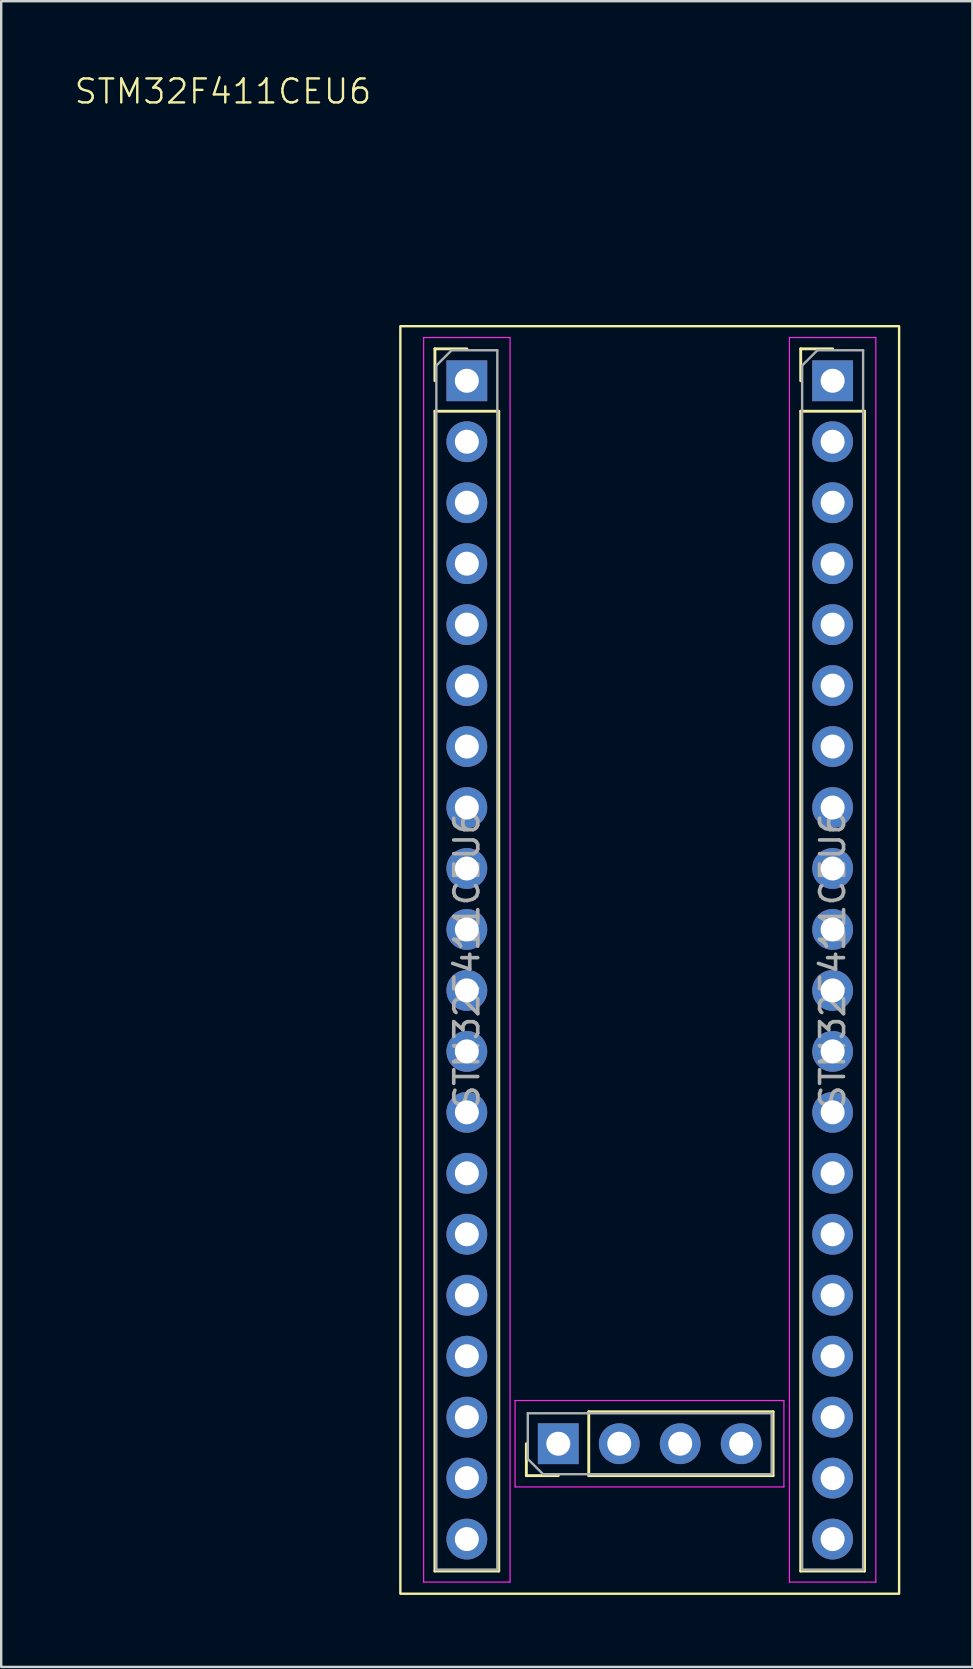
<source format=kicad_pcb>
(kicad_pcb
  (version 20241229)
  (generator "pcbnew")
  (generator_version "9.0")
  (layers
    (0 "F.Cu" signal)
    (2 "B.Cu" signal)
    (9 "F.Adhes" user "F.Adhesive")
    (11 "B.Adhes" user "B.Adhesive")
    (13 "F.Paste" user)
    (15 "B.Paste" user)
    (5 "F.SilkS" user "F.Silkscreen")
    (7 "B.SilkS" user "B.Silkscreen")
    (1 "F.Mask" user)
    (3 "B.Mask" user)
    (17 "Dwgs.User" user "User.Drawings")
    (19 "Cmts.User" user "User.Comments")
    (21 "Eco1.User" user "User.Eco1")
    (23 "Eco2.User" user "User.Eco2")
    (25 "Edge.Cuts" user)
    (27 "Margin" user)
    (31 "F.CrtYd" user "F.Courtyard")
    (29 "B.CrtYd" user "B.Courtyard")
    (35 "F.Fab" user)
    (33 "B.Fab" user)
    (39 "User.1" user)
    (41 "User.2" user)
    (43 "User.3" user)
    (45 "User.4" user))
  (footprint "STM32F411CEU6"
    (layer "F.Cu")
    (at 24.02 57.1)
    (property "Reference" "STM32F411CEU6" (at -17.78 -56.34 0) (unlocked yes) (layer "F.SilkS") (effects (font (size 1 1) (thickness 0.1))))
    (attr through_hole)
    (fp_line (start -8.95 -45.616) (end -7.62 -45.616) (stroke (width 0.12) (type solid)) (layer "F.SilkS"))
    (fp_line (start -8.95 -44.286) (end -8.95 -45.616) (stroke (width 0.12) (type solid)) (layer "F.SilkS"))
    (fp_line (start -8.95 -43.016) (end -8.95 5.304) (stroke (width 0.12) (type solid)) (layer "F.SilkS"))
    (fp_line (start -8.95 -43.016) (end -6.29 -43.016) (stroke (width 0.12) (type solid)) (layer "F.SilkS"))
    (fp_line (start -8.95 5.304) (end -6.29 5.304) (stroke (width 0.12) (type solid)) (layer "F.SilkS"))
    (fp_line (start -6.29 -43.016) (end -6.29 5.304) (stroke (width 0.12) (type solid)) (layer "F.SilkS"))
    (fp_line (start -5.14 1.33) (end -5.14 0) (stroke (width 0.12) (type solid)) (layer "F.SilkS"))
    (fp_line (start -3.81 1.33) (end -5.14 1.33) (stroke (width 0.12) (type solid)) (layer "F.SilkS"))
    (fp_line (start -2.54 -1.33) (end 5.14 -1.33) (stroke (width 0.12) (type solid)) (layer "F.SilkS"))
    (fp_line (start -2.54 1.33) (end -2.54 -1.33) (stroke (width 0.12) (type solid)) (layer "F.SilkS"))
    (fp_line (start -2.54 1.33) (end 5.14 1.33) (stroke (width 0.12) (type solid)) (layer "F.SilkS"))
    (fp_line (start 5.14 1.33) (end 5.14 -1.33) (stroke (width 0.12) (type solid)) (layer "F.SilkS"))
    (fp_line (start 6.29 -45.616) (end 7.62 -45.616) (stroke (width 0.12) (type solid)) (layer "F.SilkS"))
    (fp_line (start 6.29 -44.286) (end 6.29 -45.616) (stroke (width 0.12) (type solid)) (layer "F.SilkS"))
    (fp_line (start 6.29 -43.016) (end 6.29 5.304) (stroke (width 0.12) (type solid)) (layer "F.SilkS"))
    (fp_line (start 6.29 -43.016) (end 8.95 -43.016) (stroke (width 0.12) (type solid)) (layer "F.SilkS"))
    (fp_line (start 6.29 5.304) (end 8.95 5.304) (stroke (width 0.12) (type solid)) (layer "F.SilkS"))
    (fp_line (start 8.95 -43.016) (end 8.95 5.304) (stroke (width 0.12) (type solid)) (layer "F.SilkS"))
    (fp_rect (start -10.39 -46.56) (end 10.39 6.25) (stroke (width 0.1) (type default)) (fill no) (layer "F.SilkS"))
    (fp_line (start -9.42 -46.086) (end -9.42 5.764) (stroke (width 0.05) (type solid)) (layer "F.CrtYd"))
    (fp_line (start -9.42 5.764) (end -5.82 5.764) (stroke (width 0.05) (type solid)) (layer "F.CrtYd"))
    (fp_line (start -5.82 -46.086) (end -9.42 -46.086) (stroke (width 0.05) (type solid)) (layer "F.CrtYd"))
    (fp_line (start -5.82 5.764) (end -5.82 -46.086) (stroke (width 0.05) (type solid)) (layer "F.CrtYd"))
    (fp_line (start -5.61 -1.8) (end -5.61 1.8) (stroke (width 0.05) (type solid)) (layer "F.CrtYd"))
    (fp_line (start -5.61 1.8) (end 5.59 1.8) (stroke (width 0.05) (type solid)) (layer "F.CrtYd"))
    (fp_line (start 5.59 -1.8) (end -5.61 -1.8) (stroke (width 0.05) (type solid)) (layer "F.CrtYd"))
    (fp_line (start 5.59 1.8) (end 5.59 -1.8) (stroke (width 0.05) (type solid)) (layer "F.CrtYd"))
    (fp_line (start 5.82 -46.086) (end 5.82 5.764) (stroke (width 0.05) (type solid)) (layer "F.CrtYd"))
    (fp_line (start 5.82 5.764) (end 9.42 5.764) (stroke (width 0.05) (type solid)) (layer "F.CrtYd"))
    (fp_line (start 9.42 -46.086) (end 5.82 -46.086) (stroke (width 0.05) (type solid)) (layer "F.CrtYd"))
    (fp_line (start 9.42 5.764) (end 9.42 -46.086) (stroke (width 0.05) (type solid)) (layer "F.CrtYd"))
    (fp_line (start -8.89 -44.921) (end -8.255 -45.556) (stroke (width 0.1) (type solid)) (layer "F.Fab"))
    (fp_line (start -8.89 5.244) (end -8.89 -44.921) (stroke (width 0.1) (type solid)) (layer "F.Fab"))
    (fp_line (start -8.255 -45.556) (end -6.35 -45.556) (stroke (width 0.1) (type solid)) (layer "F.Fab"))
    (fp_line (start -6.35 -45.556) (end -6.35 5.244) (stroke (width 0.1) (type solid)) (layer "F.Fab"))
    (fp_line (start -6.35 5.244) (end -8.89 5.244) (stroke (width 0.1) (type solid)) (layer "F.Fab"))
    (fp_line (start -5.08 -1.27) (end 5.08 -1.27) (stroke (width 0.1) (type solid)) (layer "F.Fab"))
    (fp_line (start -5.08 0.635) (end -5.08 -1.27) (stroke (width 0.1) (type solid)) (layer "F.Fab"))
    (fp_line (start -4.445 1.27) (end -5.08 0.635) (stroke (width 0.1) (type solid)) (layer "F.Fab"))
    (fp_line (start 5.08 -1.27) (end 5.08 1.27) (stroke (width 0.1) (type solid)) (layer "F.Fab"))
    (fp_line (start 5.08 1.27) (end -4.445 1.27) (stroke (width 0.1) (type solid)) (layer "F.Fab"))
    (fp_line (start 6.35 -44.921) (end 6.985 -45.556) (stroke (width 0.1) (type solid)) (layer "F.Fab"))
    (fp_line (start 6.35 5.244) (end 6.35 -44.921) (stroke (width 0.1) (type solid)) (layer "F.Fab"))
    (fp_line (start 6.985 -45.556) (end 8.89 -45.556) (stroke (width 0.1) (type solid)) (layer "F.Fab"))
    (fp_line (start 8.89 -45.556) (end 8.89 5.244) (stroke (width 0.1) (type solid)) (layer "F.Fab"))
    (fp_line (start 8.89 5.244) (end 6.35 5.244) (stroke (width 0.1) (type solid)) (layer "F.Fab"))
    (fp_text user "${REFERENCE}" (at -7.62 -20.156 90) (layer "F.Fab") (effects (font (size 1 1) (thickness 0.15))))
    (fp_text user "${REFERENCE}" (at 7.62 -20.156 90) (layer "F.Fab") (effects (font (size 1 1) (thickness 0.15))))
    (pad "1" thru_hole rect (at -7.62 -44.286) (size 1.7 1.7) (drill 1) (layers "*.Cu" "*.Mask"))
    (pad "2" thru_hole oval (at -7.62 -41.746) (size 1.7 1.7) (drill 1) (layers "*.Cu" "*.Mask"))
    (pad "3" thru_hole oval (at -7.62 -39.206) (size 1.7 1.7) (drill 1) (layers "*.Cu" "*.Mask"))
    (pad "4" thru_hole oval (at -7.62 -36.666) (size 1.7 1.7) (drill 1) (layers "*.Cu" "*.Mask"))
    (pad "5" thru_hole oval (at -7.62 -34.126) (size 1.7 1.7) (drill 1) (layers "*.Cu" "*.Mask"))
    (pad "6" thru_hole oval (at -7.62 -31.586) (size 1.7 1.7) (drill 1) (layers "*.Cu" "*.Mask"))
    (pad "7" thru_hole oval (at -7.62 -29.046) (size 1.7 1.7) (drill 1) (layers "*.Cu" "*.Mask"))
    (pad "8" thru_hole oval (at -7.62 -26.506) (size 1.7 1.7) (drill 1) (layers "*.Cu" "*.Mask"))
    (pad "9" thru_hole oval (at -7.62 -23.966) (size 1.7 1.7) (drill 1) (layers "*.Cu" "*.Mask"))
    (pad "10" thru_hole oval (at -7.62 -21.426) (size 1.7 1.7) (drill 1) (layers "*.Cu" "*.Mask"))
    (pad "11" thru_hole oval (at -7.62 -18.886) (size 1.7 1.7) (drill 1) (layers "*.Cu" "*.Mask"))
    (pad "12" thru_hole oval (at -7.62 -16.346) (size 1.7 1.7) (drill 1) (layers "*.Cu" "*.Mask"))
    (pad "13" thru_hole oval (at -7.62 -13.806) (size 1.7 1.7) (drill 1) (layers "*.Cu" "*.Mask"))
    (pad "14" thru_hole oval (at -7.62 -11.266) (size 1.7 1.7) (drill 1) (layers "*.Cu" "*.Mask"))
    (pad "15" thru_hole oval (at -7.62 -8.726) (size 1.7 1.7) (drill 1) (layers "*.Cu" "*.Mask"))
    (pad "16" thru_hole oval (at -7.62 -6.186) (size 1.7 1.7) (drill 1) (layers "*.Cu" "*.Mask"))
    (pad "17" thru_hole oval (at -7.62 -3.646) (size 1.7 1.7) (drill 1) (layers "*.Cu" "*.Mask"))
    (pad "18" thru_hole oval (at -7.62 -1.106) (size 1.7 1.7) (drill 1) (layers "*.Cu" "*.Mask"))
    (pad "19" thru_hole oval (at -7.62 1.434) (size 1.7 1.7) (drill 1) (layers "*.Cu" "*.Mask"))
    (pad "20" thru_hole oval (at -7.62 3.974) (size 1.7 1.7) (drill 1) (layers "*.Cu" "*.Mask"))
    (pad "21" thru_hole rect (at 7.62 -44.286) (size 1.7 1.7) (drill 1) (layers "*.Cu" "*.Mask"))
    (pad "22" thru_hole oval (at 7.62 -41.746) (size 1.7 1.7) (drill 1) (layers "*.Cu" "*.Mask"))
    (pad "23" thru_hole oval (at 7.62 -39.206) (size 1.7 1.7) (drill 1) (layers "*.Cu" "*.Mask"))
    (pad "24" thru_hole oval (at 7.62 -36.666) (size 1.7 1.7) (drill 1) (layers "*.Cu" "*.Mask"))
    (pad "25" thru_hole oval (at 7.62 -34.126) (size 1.7 1.7) (drill 1) (layers "*.Cu" "*.Mask"))
    (pad "26" thru_hole oval (at 7.62 -31.586) (size 1.7 1.7) (drill 1) (layers "*.Cu" "*.Mask"))
    (pad "27" thru_hole oval (at 7.62 -29.046) (size 1.7 1.7) (drill 1) (layers "*.Cu" "*.Mask"))
    (pad "28" thru_hole oval (at 7.62 -26.506) (size 1.7 1.7) (drill 1) (layers "*.Cu" "*.Mask"))
    (pad "29" thru_hole oval (at 7.62 -23.966) (size 1.7 1.7) (drill 1) (layers "*.Cu" "*.Mask"))
    (pad "30" thru_hole oval (at 7.62 -21.426) (size 1.7 1.7) (drill 1) (layers "*.Cu" "*.Mask"))
    (pad "31" thru_hole oval (at 7.62 -18.886) (size 1.7 1.7) (drill 1) (layers "*.Cu" "*.Mask"))
    (pad "32" thru_hole oval (at 7.62 -16.346) (size 1.7 1.7) (drill 1) (layers "*.Cu" "*.Mask"))
    (pad "33" thru_hole oval (at 7.62 -13.806) (size 1.7 1.7) (drill 1) (layers "*.Cu" "*.Mask"))
    (pad "34" thru_hole oval (at 7.62 -11.266) (size 1.7 1.7) (drill 1) (layers "*.Cu" "*.Mask"))
    (pad "35" thru_hole oval (at 7.62 -8.726) (size 1.7 1.7) (drill 1) (layers "*.Cu" "*.Mask"))
    (pad "36" thru_hole oval (at 7.62 -6.186) (size 1.7 1.7) (drill 1) (layers "*.Cu" "*.Mask"))
    (pad "37" thru_hole oval (at 7.62 -3.646) (size 1.7 1.7) (drill 1) (layers "*.Cu" "*.Mask"))
    (pad "38" thru_hole oval (at 7.62 -1.106) (size 1.7 1.7) (drill 1) (layers "*.Cu" "*.Mask"))
    (pad "39" thru_hole oval (at 7.62 1.434) (size 1.7 1.7) (drill 1) (layers "*.Cu" "*.Mask"))
    (pad "40" thru_hole oval (at 7.62 3.974) (size 1.7 1.7) (drill 1) (layers "*.Cu" "*.Mask"))
    (pad "41" thru_hole rect (at -3.81 0 90) (size 1.7 1.7) (drill 1) (layers "*.Cu" "*.Mask"))
    (pad "42" thru_hole oval (at -1.27 0 90) (size 1.7 1.7) (drill 1) (layers "*.Cu" "*.Mask"))
    (pad "43" thru_hole oval (at 1.27 0 90) (size 1.7 1.7) (drill 1) (layers "*.Cu" "*.Mask"))
    (pad "44" thru_hole oval (at 3.81 0 90) (size 1.7 1.7) (drill 1) (layers "*.Cu" "*.Mask")))
  (gr_rect
    (start -3 -3)
    (end 37.46 66.4)
    (stroke (width 0.1) (type default))
    (fill no)
    (layer "Edge.Cuts")))
</source>
